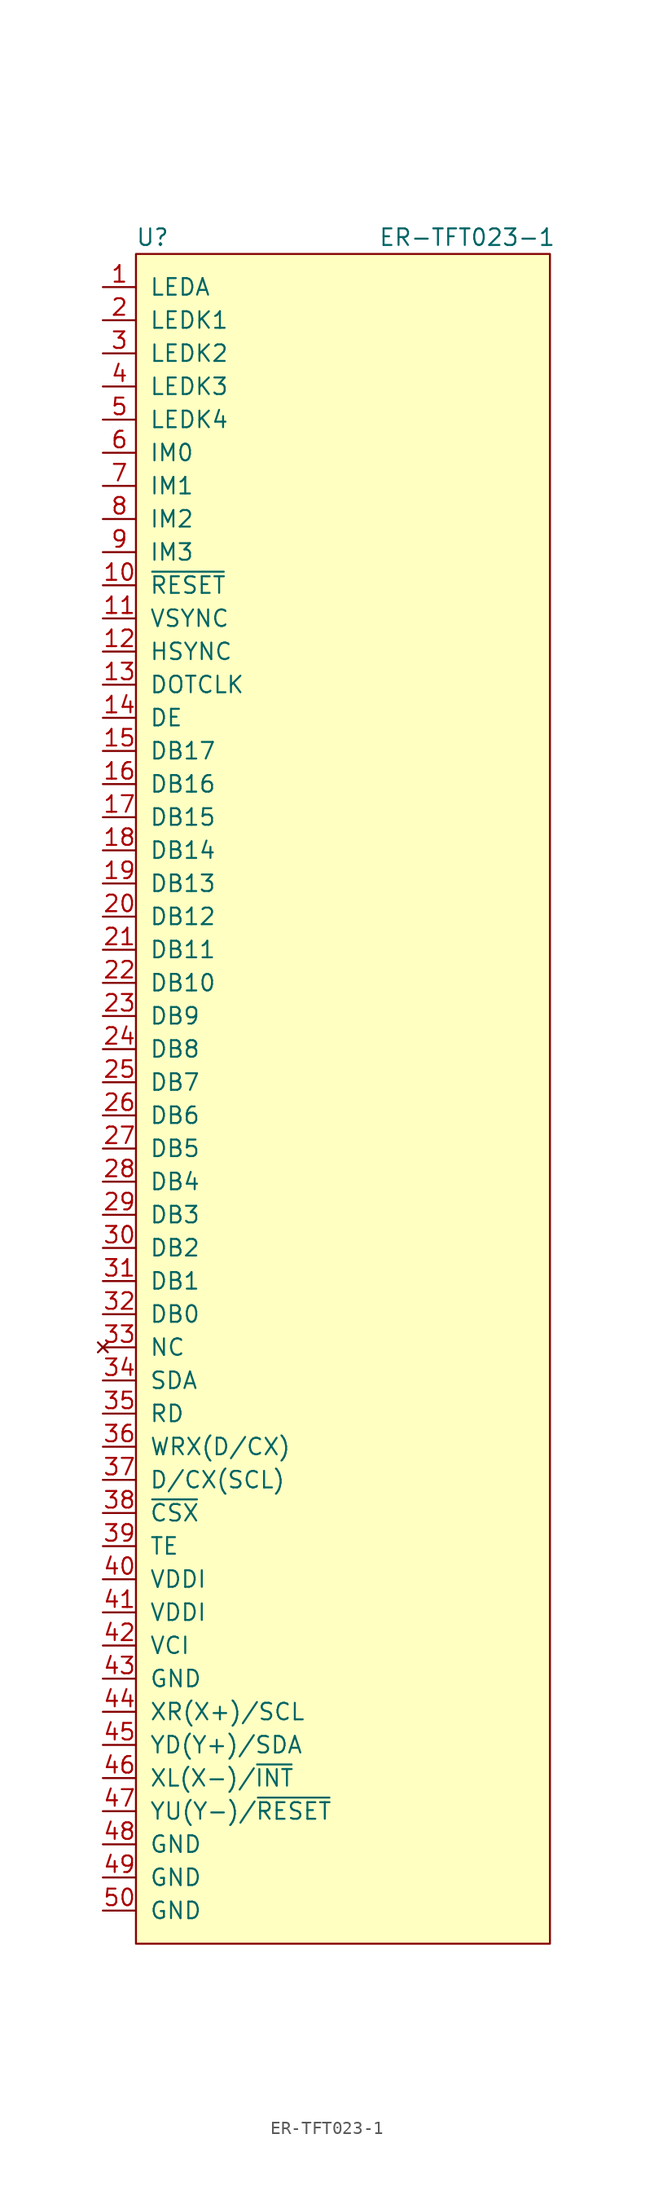
<source format=kicad_sym>
(kicad_symbol_lib
  (version 20220914)
  (generator kicad_symbol_editor)
  (symbol "ER-TFT023-1"
    (pin_names
      (offset 1.016))
    (property "Reference" "U"
      (at -13.97 63.5 0)
      (effects (font (size 1.27 1.27))))
    (property "Value" "ER-TFT023-1"
      (at 10.16 63.5 0)
      (effects (font (size 1.27 1.27))))
    (symbol "ER-TFT023-1_0_1"
      (rectangle (start -15.24 62.23) (end 16.51 -67.31) (stroke (width 0) (type solid)) (fill (type background))))
    (symbol "ER-TFT023-1_1_1"
      (pin power_in line (at -17.78 59.69 0) (length 2.54) (name "LEDA" (effects (font (size 1.27 1.27)))) (number "1" (effects (font (size 1.27 1.27)))))
      (pin input line (at -17.78 36.83 0) (length 2.54) (name "~{RESET}" (effects (font (size 1.27 1.27)))) (number "10" (effects (font (size 1.27 1.27)))))
      (pin input line (at -17.78 34.29 0) (length 2.54) (name "VSYNC" (effects (font (size 1.27 1.27)))) (number "11" (effects (font (size 1.27 1.27)))))
      (pin input line (at -17.78 31.75 0) (length 2.54) (name "HSYNC" (effects (font (size 1.27 1.27)))) (number "12" (effects (font (size 1.27 1.27)))))
      (pin input line (at -17.78 29.21 0) (length 2.54) (name "DOTCLK" (effects (font (size 1.27 1.27)))) (number "13" (effects (font (size 1.27 1.27)))))
      (pin input line (at -17.78 26.67 0) (length 2.54) (name "DE" (effects (font (size 1.27 1.27)))) (number "14" (effects (font (size 1.27 1.27)))))
      (pin bidirectional line (at -17.78 24.13 0) (length 2.54) (name "DB17" (effects (font (size 1.27 1.27)))) (number "15" (effects (font (size 1.27 1.27)))))
      (pin bidirectional line (at -17.78 21.59 0) (length 2.54) (name "DB16" (effects (font (size 1.27 1.27)))) (number "16" (effects (font (size 1.27 1.27)))))
      (pin bidirectional line (at -17.78 19.05 0) (length 2.54) (name "DB15" (effects (font (size 1.27 1.27)))) (number "17" (effects (font (size 1.27 1.27)))))
      (pin bidirectional line (at -17.78 16.51 0) (length 2.54) (name "DB14" (effects (font (size 1.27 1.27)))) (number "18" (effects (font (size 1.27 1.27)))))
      (pin bidirectional line (at -17.78 13.97 0) (length 2.54) (name "DB13" (effects (font (size 1.27 1.27)))) (number "19" (effects (font (size 1.27 1.27)))))
      (pin power_in line (at -17.78 57.15 0) (length 2.54) (name "LEDK1" (effects (font (size 1.27 1.27)))) (number "2" (effects (font (size 1.27 1.27)))))
      (pin bidirectional line (at -17.78 11.43 0) (length 2.54) (name "DB12" (effects (font (size 1.27 1.27)))) (number "20" (effects (font (size 1.27 1.27)))))
      (pin bidirectional line (at -17.78 8.89 0) (length 2.54) (name "DB11" (effects (font (size 1.27 1.27)))) (number "21" (effects (font (size 1.27 1.27)))))
      (pin bidirectional line (at -17.78 6.35 0) (length 2.54) (name "DB10" (effects (font (size 1.27 1.27)))) (number "22" (effects (font (size 1.27 1.27)))))
      (pin bidirectional line (at -17.78 3.81 0) (length 2.54) (name "DB9" (effects (font (size 1.27 1.27)))) (number "23" (effects (font (size 1.27 1.27)))))
      (pin bidirectional line (at -17.78 1.27 0) (length 2.54) (name "DB8" (effects (font (size 1.27 1.27)))) (number "24" (effects (font (size 1.27 1.27)))))
      (pin bidirectional line (at -17.78 -1.27 0) (length 2.54) (name "DB7" (effects (font (size 1.27 1.27)))) (number "25" (effects (font (size 1.27 1.27)))))
      (pin bidirectional line (at -17.78 -3.81 0) (length 2.54) (name "DB6" (effects (font (size 1.27 1.27)))) (number "26" (effects (font (size 1.27 1.27)))))
      (pin bidirectional line (at -17.78 -6.35 0) (length 2.54) (name "DB5" (effects (font (size 1.27 1.27)))) (number "27" (effects (font (size 1.27 1.27)))))
      (pin bidirectional line (at -17.78 -8.89 0) (length 2.54) (name "DB4" (effects (font (size 1.27 1.27)))) (number "28" (effects (font (size 1.27 1.27)))))
      (pin bidirectional line (at -17.78 -11.43 0) (length 2.54) (name "DB3" (effects (font (size 1.27 1.27)))) (number "29" (effects (font (size 1.27 1.27)))))
      (pin power_in line (at -17.78 54.61 0) (length 2.54) (name "LEDK2" (effects (font (size 1.27 1.27)))) (number "3" (effects (font (size 1.27 1.27)))))
      (pin bidirectional line (at -17.78 -13.97 0) (length 2.54) (name "DB2" (effects (font (size 1.27 1.27)))) (number "30" (effects (font (size 1.27 1.27)))))
      (pin bidirectional line (at -17.78 -16.51 0) (length 2.54) (name "DB1" (effects (font (size 1.27 1.27)))) (number "31" (effects (font (size 1.27 1.27)))))
      (pin bidirectional line (at -17.78 -19.05 0) (length 2.54) (name "DB0" (effects (font (size 1.27 1.27)))) (number "32" (effects (font (size 1.27 1.27)))))
      (pin no_connect line (at -17.78 -21.59 0) (length 2.54) (name "NC" (effects (font (size 1.27 1.27)))) (number "33" (effects (font (size 1.27 1.27)))))
      (pin bidirectional line (at -17.78 -24.13 0) (length 2.54) (name "SDA" (effects (font (size 1.27 1.27)))) (number "34" (effects (font (size 1.27 1.27)))))
      (pin input line (at -17.78 -26.67 0) (length 2.54) (name "RD" (effects (font (size 1.27 1.27)))) (number "35" (effects (font (size 1.27 1.27)))))
      (pin input line (at -17.78 -29.21 0) (length 2.54) (name "WRX(D/CX)" (effects (font (size 1.27 1.27)))) (number "36" (effects (font (size 1.27 1.27)))))
      (pin input line (at -17.78 -31.75 0) (length 2.54) (name "D/CX(SCL)" (effects (font (size 1.27 1.27)))) (number "37" (effects (font (size 1.27 1.27)))))
      (pin input line (at -17.78 -34.29 0) (length 2.54) (name "~{CSX}" (effects (font (size 1.27 1.27)))) (number "38" (effects (font (size 1.27 1.27)))))
      (pin input line (at -17.78 -36.83 0) (length 2.54) (name "TE" (effects (font (size 1.27 1.27)))) (number "39" (effects (font (size 1.27 1.27)))))
      (pin power_in line (at -17.78 52.07 0) (length 2.54) (name "LEDK3" (effects (font (size 1.27 1.27)))) (number "4" (effects (font (size 1.27 1.27)))))
      (pin power_in line (at -17.78 -39.37 0) (length 2.54) (name "VDDI" (effects (font (size 1.27 1.27)))) (number "40" (effects (font (size 1.27 1.27)))))
      (pin power_in line (at -17.78 -41.91 0) (length 2.54) (name "VDDI" (effects (font (size 1.27 1.27)))) (number "41" (effects (font (size 1.27 1.27)))))
      (pin power_in line (at -17.78 -44.45 0) (length 2.54) (name "VCI" (effects (font (size 1.27 1.27)))) (number "42" (effects (font (size 1.27 1.27)))))
      (pin power_in line (at -17.78 -46.99 0) (length 2.54) (name "GND" (effects (font (size 1.27 1.27)))) (number "43" (effects (font (size 1.27 1.27)))))
      (pin output line (at -17.78 -49.53 0) (length 2.54) (name "XR(X+)/SCL" (effects (font (size 1.27 1.27)))) (number "44" (effects (font (size 1.27 1.27)))))
      (pin bidirectional line (at -17.78 -52.07 0) (length 2.54) (name "YD(Y+)/SDA" (effects (font (size 1.27 1.27)))) (number "45" (effects (font (size 1.27 1.27)))))
      (pin bidirectional line (at -17.78 -54.61 0) (length 2.54) (name "XL(X-)/~{INT}" (effects (font (size 1.27 1.27)))) (number "46" (effects (font (size 1.27 1.27)))))
      (pin bidirectional line (at -17.78 -57.15 0) (length 2.54) (name "YU(Y-)/~{RESET}" (effects (font (size 1.27 1.27)))) (number "47" (effects (font (size 1.27 1.27)))))
      (pin power_in line (at -17.78 -59.69 0) (length 2.54) (name "GND" (effects (font (size 1.27 1.27)))) (number "48" (effects (font (size 1.27 1.27)))))
      (pin power_in line (at -17.78 -62.23 0) (length 2.54) (name "GND" (effects (font (size 1.27 1.27)))) (number "49" (effects (font (size 1.27 1.27)))))
      (pin power_in line (at -17.78 49.53 0) (length 2.54) (name "LEDK4" (effects (font (size 1.27 1.27)))) (number "5" (effects (font (size 1.27 1.27)))))
      (pin power_in line (at -17.78 -64.77 0) (length 2.54) (name "GND" (effects (font (size 1.27 1.27)))) (number "50" (effects (font (size 1.27 1.27)))))
      (pin input line (at -17.78 46.99 0) (length 2.54) (name "IM0" (effects (font (size 1.27 1.27)))) (number "6" (effects (font (size 1.27 1.27)))))
      (pin input line (at -17.78 44.45 0) (length 2.54) (name "IM1" (effects (font (size 1.27 1.27)))) (number "7" (effects (font (size 1.27 1.27)))))
      (pin input line (at -17.78 41.91 0) (length 2.54) (name "IM2" (effects (font (size 1.27 1.27)))) (number "8" (effects (font (size 1.27 1.27)))))
      (pin input line (at -17.78 39.37 0) (length 2.54) (name "IM3" (effects (font (size 1.27 1.27)))) (number "9" (effects (font (size 1.27 1.27))))))))
</source>
